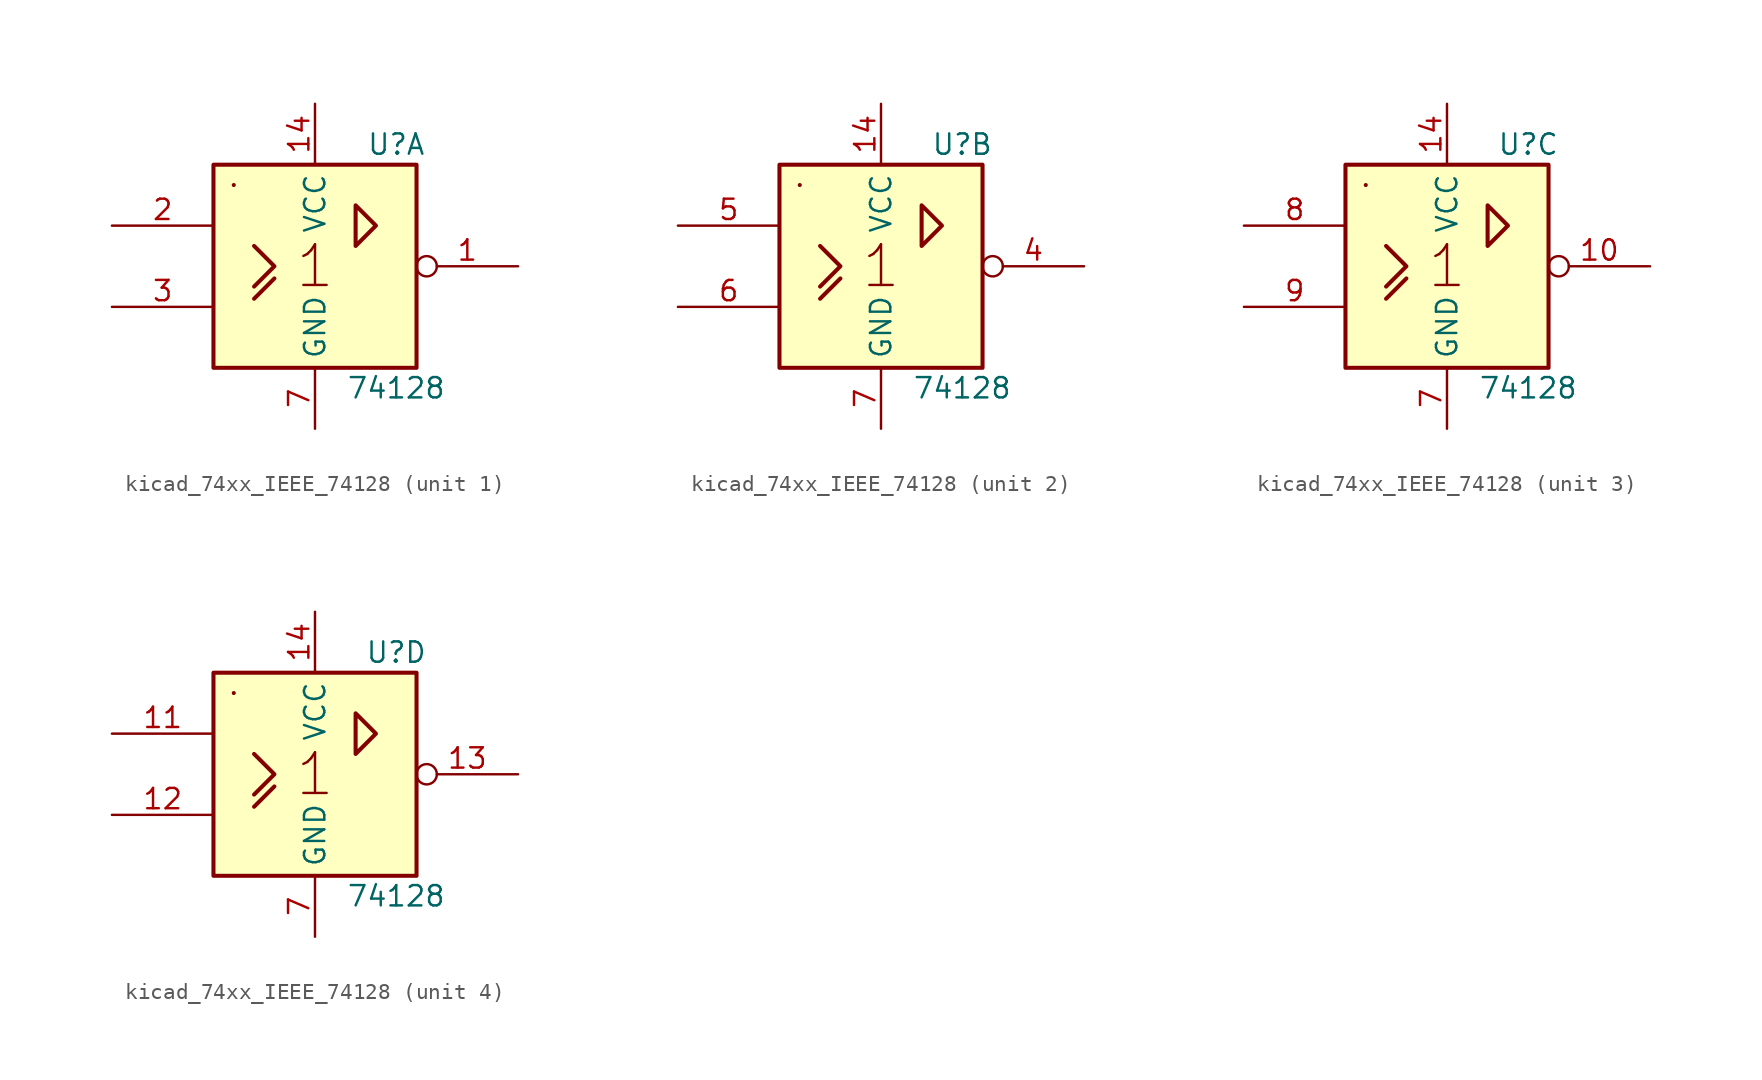
<source format=kicad_sym>
(kicad_symbol_lib
  (version 20220914)
  (generator kicad_symbol_editor)
  (symbol "kicad_74xx_IEEE_74128"
    (property "Reference" "U"
      (at 5.08 7.62 0)
      (effects (font (size 1.27 1.27))))
    (property "Value" "74128"
      (at 5.08 -7.62 0)
      (effects (font (size 1.27 1.27))))
    (symbol "kicad_74xx_IEEE_74128_0_0"
      (rectangle (start -5.08 5.08) (end -5.08 5.08) (stroke (width 0.254) (type default)) (fill (type background)))
      (polyline (pts (xy -3.81 -2.032) (xy -2.54 -0.762) (xy -2.54 -0.762)) (stroke (width 0.254) (type default)) (fill (type background)))
      (polyline (pts (xy -3.81 1.27) (xy -2.54 0) (xy -3.81 -1.27) (xy -3.81 -1.27)) (stroke (width 0.254) (type default)) (fill (type background)))
      (polyline (pts (xy 2.54 3.81) (xy 2.54 1.27) (xy 3.81 2.54) (xy 2.54 3.81) (xy 2.54 3.81)) (stroke (width 0.254) (type default)) (fill (type background)))
      (text "1" (at 0 0 0) (effects (font (size 2.54 2.54))))
      (pin power_in line (at 0 10.16 270) (length 3.81) (name "VCC" (effects (font (size 1.27 1.27)))) (number "14" (effects (font (size 1.27 1.27)))))
      (pin power_in line (at 0 -10.16 90) (length 3.81) (name "GND" (effects (font (size 1.27 1.27)))) (number "7" (effects (font (size 1.27 1.27))))))
    (symbol "kicad_74xx_IEEE_74128_0_1"
      (rectangle (start -6.35 6.35) (end 6.35 -6.35) (stroke (width 0.254) (type default)) (fill (type background))))
    (symbol "kicad_74xx_IEEE_74128_1_1"
      (pin output inverted (at 12.7 0 180) (length 6.35) (name "~" (effects (font (size 1.27 1.27)))) (number "1" (effects (font (size 1.27 1.27)))))
      (pin input line (at -12.7 2.54 0) (length 6.35) (name "~" (effects (font (size 1.27 1.27)))) (number "2" (effects (font (size 1.27 1.27)))))
      (pin input line (at -12.7 -2.54 0) (length 6.35) (name "~" (effects (font (size 1.27 1.27)))) (number "3" (effects (font (size 1.27 1.27))))))
    (symbol "kicad_74xx_IEEE_74128_2_1"
      (pin output inverted (at 12.7 0 180) (length 6.35) (name "~" (effects (font (size 1.27 1.27)))) (number "4" (effects (font (size 1.27 1.27)))))
      (pin input line (at -12.7 2.54 0) (length 6.35) (name "~" (effects (font (size 1.27 1.27)))) (number "5" (effects (font (size 1.27 1.27)))))
      (pin input line (at -12.7 -2.54 0) (length 6.35) (name "~" (effects (font (size 1.27 1.27)))) (number "6" (effects (font (size 1.27 1.27))))))
    (symbol "kicad_74xx_IEEE_74128_3_1"
      (pin output inverted (at 12.7 0 180) (length 6.35) (name "~" (effects (font (size 1.27 1.27)))) (number "10" (effects (font (size 1.27 1.27)))))
      (pin input line (at -12.7 2.54 0) (length 6.35) (name "~" (effects (font (size 1.27 1.27)))) (number "8" (effects (font (size 1.27 1.27)))))
      (pin input line (at -12.7 -2.54 0) (length 6.35) (name "~" (effects (font (size 1.27 1.27)))) (number "9" (effects (font (size 1.27 1.27))))))
    (symbol "kicad_74xx_IEEE_74128_4_1"
      (pin input line (at -12.7 2.54 0) (length 6.35) (name "~" (effects (font (size 1.27 1.27)))) (number "11" (effects (font (size 1.27 1.27)))))
      (pin input line (at -12.7 -2.54 0) (length 6.35) (name "~" (effects (font (size 1.27 1.27)))) (number "12" (effects (font (size 1.27 1.27)))))
      (pin output inverted (at 12.7 0 180) (length 6.35) (name "~" (effects (font (size 1.27 1.27)))) (number "13" (effects (font (size 1.27 1.27))))))))
</source>
